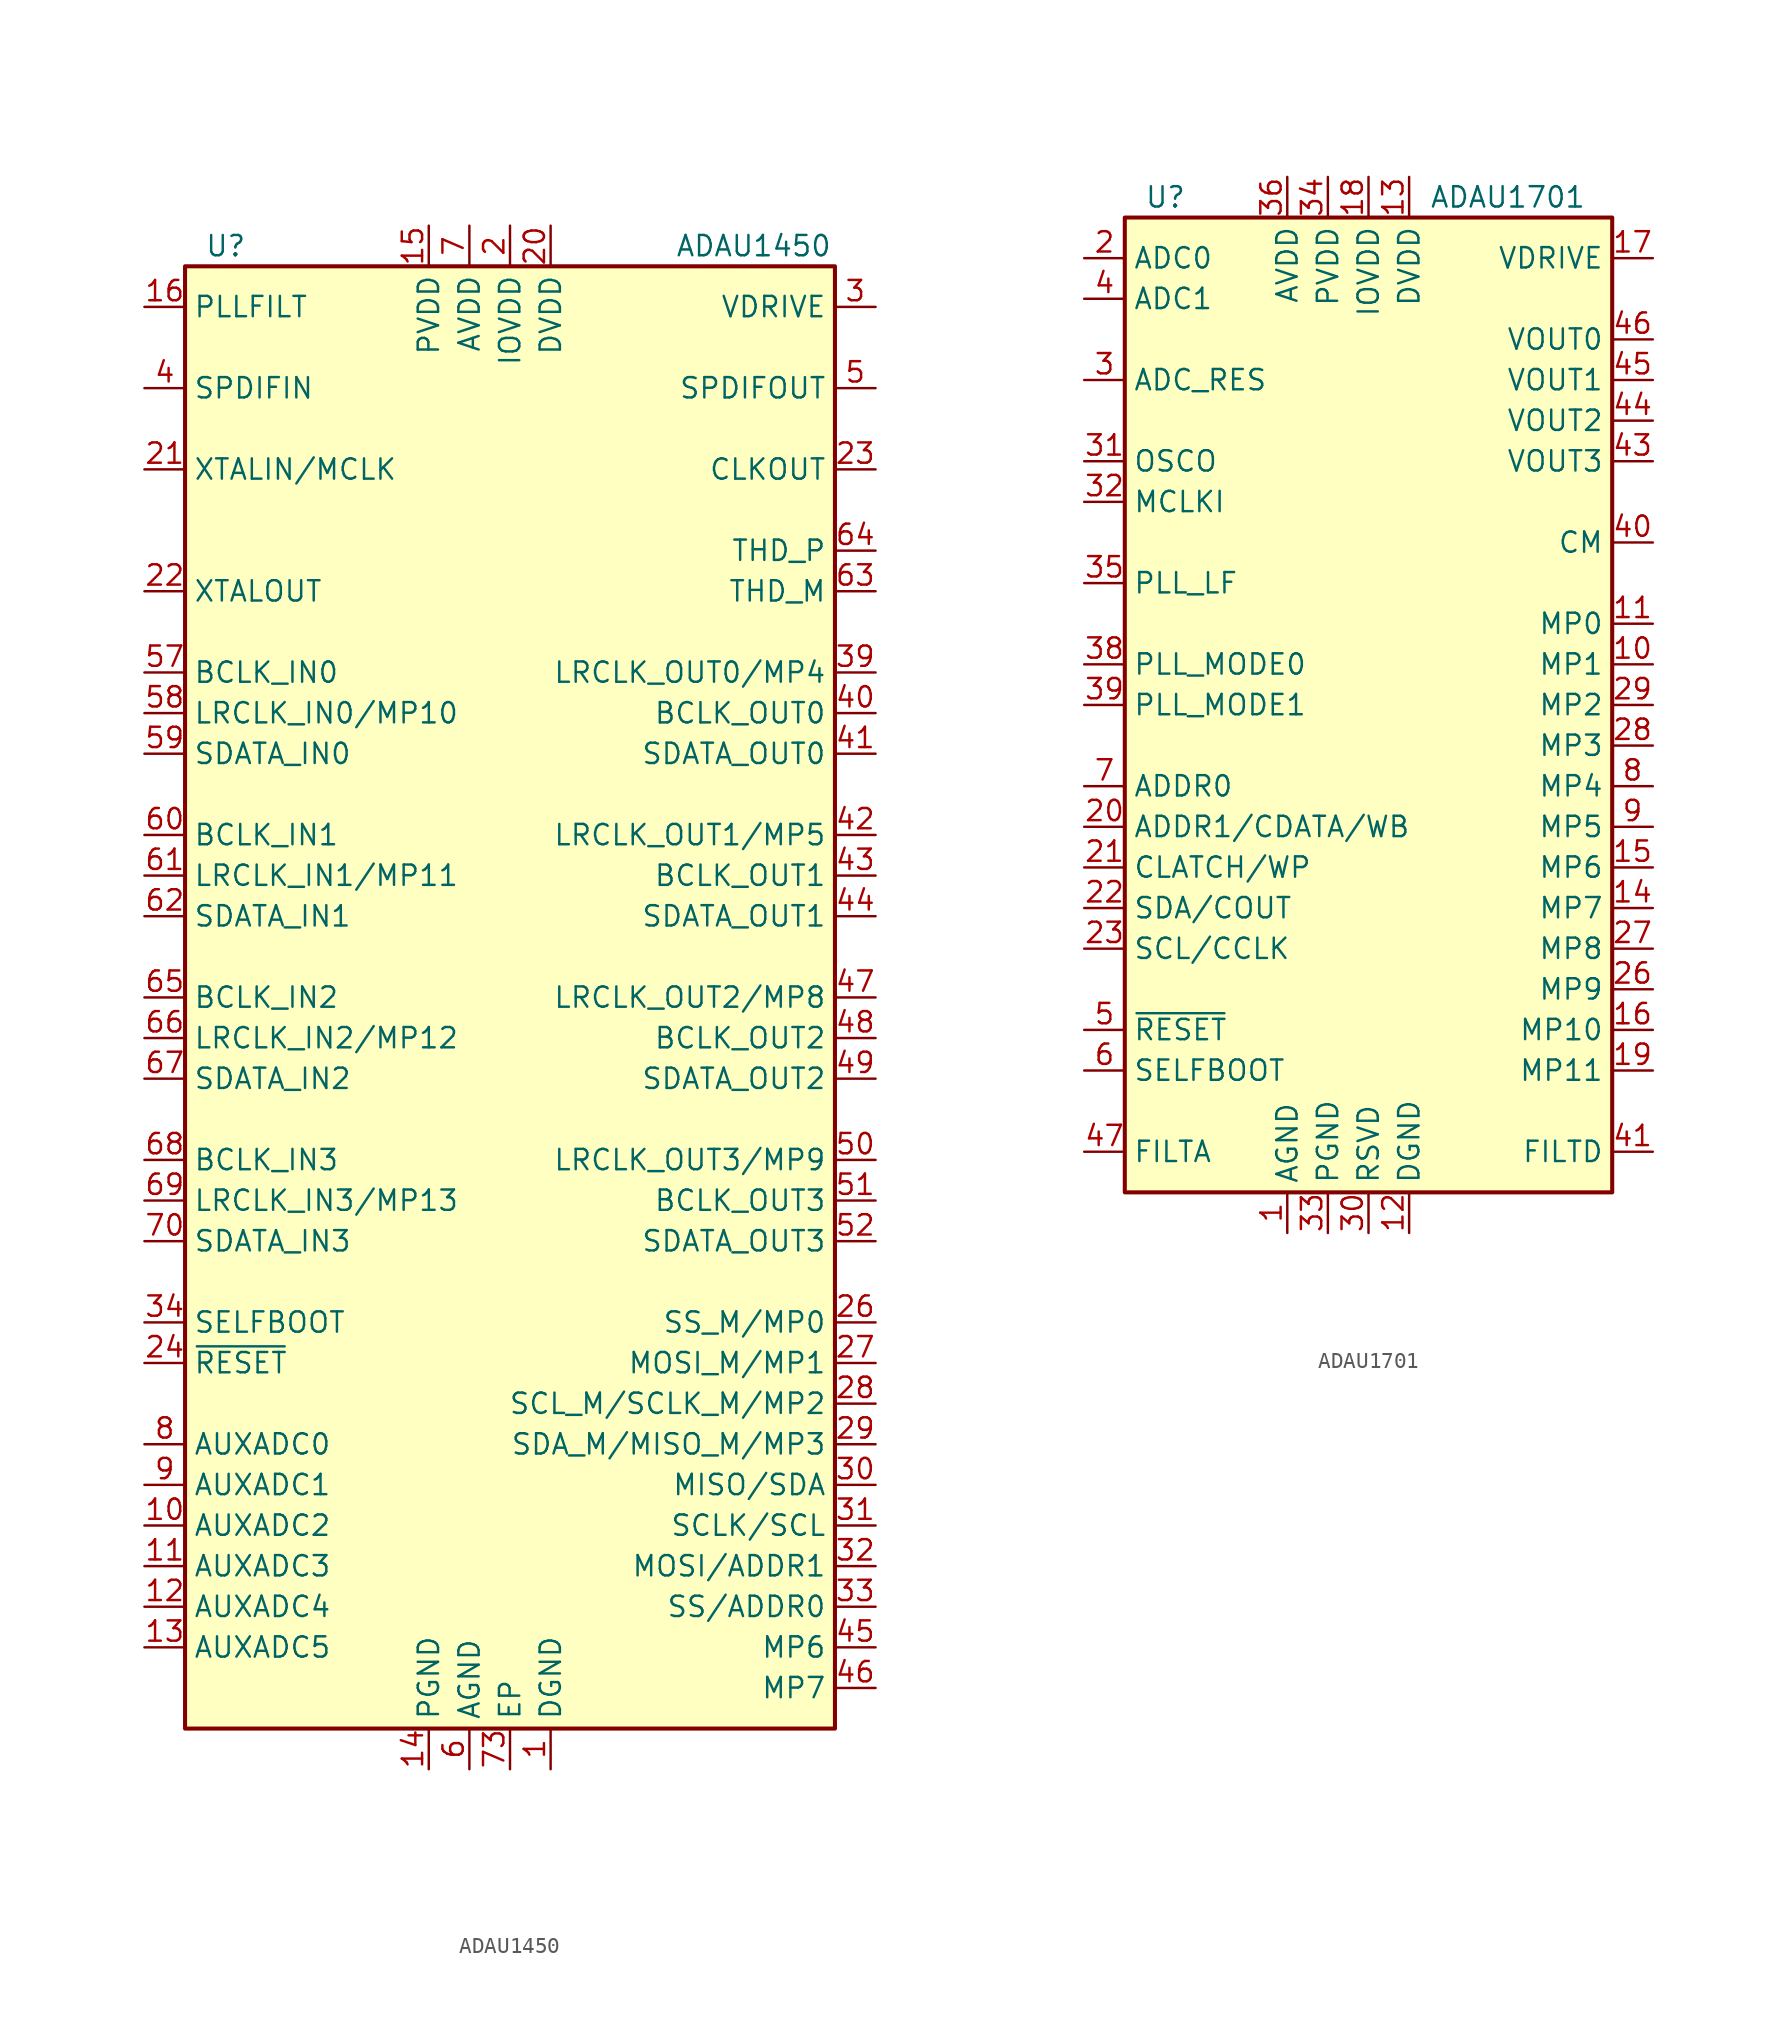
<source format=kicad_sym>
(kicad_symbol_lib
  (version 20201005)
  (generator kicad_symbol_editor)
  (symbol "DSP_AnalogDevices:ADAU1450"
    (property "Reference" "U"
      (at -17.78 46.99 0)
      (effects (font (size 1.27 1.27))))
    (property "Value" "ADAU1450"
      (at 15.24 46.99 0)
      (effects (font (size 1.27 1.27))))
    (symbol "ADAU1450_0_1"
      (rectangle (start -20.32 45.72) (end 20.32 -45.72) (stroke (width 0.254)) (fill (type background))))
    (symbol "ADAU1450_1_1"
      (pin power_in line (at 2.54 -48.26 90) (length 2.54) (name "DGND" (effects (font (size 1.27 1.27)))) (number "1" (effects (font (size 1.27 1.27)))))
      (pin input line (at -22.86 -33.02 0) (length 2.54) (name "AUXADC2" (effects (font (size 1.27 1.27)))) (number "10" (effects (font (size 1.27 1.27)))))
      (pin input line (at -22.86 -35.56 0) (length 2.54) (name "AUXADC3" (effects (font (size 1.27 1.27)))) (number "11" (effects (font (size 1.27 1.27)))))
      (pin input line (at -22.86 -38.1 0) (length 2.54) (name "AUXADC4" (effects (font (size 1.27 1.27)))) (number "12" (effects (font (size 1.27 1.27)))))
      (pin input line (at -22.86 -40.64 0) (length 2.54) (name "AUXADC5" (effects (font (size 1.27 1.27)))) (number "13" (effects (font (size 1.27 1.27)))))
      (pin power_in line (at -5.08 -48.26 90) (length 2.54) (name "PGND" (effects (font (size 1.27 1.27)))) (number "14" (effects (font (size 1.27 1.27)))))
      (pin power_in line (at -5.08 48.26 270) (length 2.54) (name "PVDD" (effects (font (size 1.27 1.27)))) (number "15" (effects (font (size 1.27 1.27)))))
      (pin passive line (at -22.86 43.18 0) (length 2.54) (name "PLLFILT" (effects (font (size 1.27 1.27)))) (number "16" (effects (font (size 1.27 1.27)))))
      (pin passive line (at 2.54 -48.26 90) (length 2.54) hide (name "DGND" (effects (font (size 1.27 1.27)))) (number "17" (effects (font (size 1.27 1.27)))))
      (pin passive line (at 0 48.26 270) (length 2.54) hide (name "IOVDD" (effects (font (size 1.27 1.27)))) (number "18" (effects (font (size 1.27 1.27)))))
      (pin passive line (at 2.54 -48.26 90) (length 2.54) hide (name "DGND" (effects (font (size 1.27 1.27)))) (number "19" (effects (font (size 1.27 1.27)))))
      (pin power_in line (at 0 48.26 270) (length 2.54) (name "IOVDD" (effects (font (size 1.27 1.27)))) (number "2" (effects (font (size 1.27 1.27)))))
      (pin power_in line (at 2.54 48.26 270) (length 2.54) (name "DVDD" (effects (font (size 1.27 1.27)))) (number "20" (effects (font (size 1.27 1.27)))))
      (pin input line (at -22.86 33.02 0) (length 2.54) (name "XTALIN/MCLK" (effects (font (size 1.27 1.27)))) (number "21" (effects (font (size 1.27 1.27)))))
      (pin output line (at -22.86 25.4 0) (length 2.54) (name "XTALOUT" (effects (font (size 1.27 1.27)))) (number "22" (effects (font (size 1.27 1.27)))))
      (pin output line (at 22.86 33.02 180) (length 2.54) (name "CLKOUT" (effects (font (size 1.27 1.27)))) (number "23" (effects (font (size 1.27 1.27)))))
      (pin input line (at -22.86 -22.86 0) (length 2.54) (name "~RESET" (effects (font (size 1.27 1.27)))) (number "24" (effects (font (size 1.27 1.27)))))
      (pin passive line (at 2.54 -48.26 90) (length 2.54) hide (name "DGND" (effects (font (size 1.27 1.27)))) (number "25" (effects (font (size 1.27 1.27)))))
      (pin bidirectional line (at 22.86 -20.32 180) (length 2.54) (name "SS_M/MP0" (effects (font (size 1.27 1.27)))) (number "26" (effects (font (size 1.27 1.27)))))
      (pin bidirectional line (at 22.86 -22.86 180) (length 2.54) (name "MOSI_M/MP1" (effects (font (size 1.27 1.27)))) (number "27" (effects (font (size 1.27 1.27)))))
      (pin bidirectional line (at 22.86 -25.4 180) (length 2.54) (name "SCL_M/SCLK_M/MP2" (effects (font (size 1.27 1.27)))) (number "28" (effects (font (size 1.27 1.27)))))
      (pin bidirectional line (at 22.86 -27.94 180) (length 2.54) (name "SDA_M/MISO_M/MP3" (effects (font (size 1.27 1.27)))) (number "29" (effects (font (size 1.27 1.27)))))
      (pin output line (at 22.86 43.18 180) (length 2.54) (name "VDRIVE" (effects (font (size 1.27 1.27)))) (number "3" (effects (font (size 1.27 1.27)))))
      (pin bidirectional line (at 22.86 -30.48 180) (length 2.54) (name "MISO/SDA" (effects (font (size 1.27 1.27)))) (number "30" (effects (font (size 1.27 1.27)))))
      (pin input line (at 22.86 -33.02 180) (length 2.54) (name "SCLK/SCL" (effects (font (size 1.27 1.27)))) (number "31" (effects (font (size 1.27 1.27)))))
      (pin input line (at 22.86 -35.56 180) (length 2.54) (name "MOSI/ADDR1" (effects (font (size 1.27 1.27)))) (number "32" (effects (font (size 1.27 1.27)))))
      (pin input line (at 22.86 -38.1 180) (length 2.54) (name "SS/ADDR0" (effects (font (size 1.27 1.27)))) (number "33" (effects (font (size 1.27 1.27)))))
      (pin input line (at -22.86 -20.32 0) (length 2.54) (name "SELFBOOT" (effects (font (size 1.27 1.27)))) (number "34" (effects (font (size 1.27 1.27)))))
      (pin passive line (at 2.54 48.26 270) (length 2.54) hide (name "DVDD" (effects (font (size 1.27 1.27)))) (number "35" (effects (font (size 1.27 1.27)))))
      (pin passive line (at 2.54 -48.26 90) (length 2.54) hide (name "DGND" (effects (font (size 1.27 1.27)))) (number "36" (effects (font (size 1.27 1.27)))))
      (pin passive line (at 2.54 -48.26 90) (length 2.54) hide (name "DGND" (effects (font (size 1.27 1.27)))) (number "37" (effects (font (size 1.27 1.27)))))
      (pin passive line (at 0 48.26 270) (length 2.54) hide (name "IOVDD" (effects (font (size 1.27 1.27)))) (number "38" (effects (font (size 1.27 1.27)))))
      (pin bidirectional line (at 22.86 20.32 180) (length 2.54) (name "LRCLK_OUT0/MP4" (effects (font (size 1.27 1.27)))) (number "39" (effects (font (size 1.27 1.27)))))
      (pin input line (at -22.86 38.1 0) (length 2.54) (name "SPDIFIN" (effects (font (size 1.27 1.27)))) (number "4" (effects (font (size 1.27 1.27)))))
      (pin bidirectional line (at 22.86 17.78 180) (length 2.54) (name "BCLK_OUT0" (effects (font (size 1.27 1.27)))) (number "40" (effects (font (size 1.27 1.27)))))
      (pin output line (at 22.86 15.24 180) (length 2.54) (name "SDATA_OUT0" (effects (font (size 1.27 1.27)))) (number "41" (effects (font (size 1.27 1.27)))))
      (pin bidirectional line (at 22.86 10.16 180) (length 2.54) (name "LRCLK_OUT1/MP5" (effects (font (size 1.27 1.27)))) (number "42" (effects (font (size 1.27 1.27)))))
      (pin bidirectional line (at 22.86 7.62 180) (length 2.54) (name "BCLK_OUT1" (effects (font (size 1.27 1.27)))) (number "43" (effects (font (size 1.27 1.27)))))
      (pin output line (at 22.86 5.08 180) (length 2.54) (name "SDATA_OUT1" (effects (font (size 1.27 1.27)))) (number "44" (effects (font (size 1.27 1.27)))))
      (pin bidirectional line (at 22.86 -40.64 180) (length 2.54) (name "MP6" (effects (font (size 1.27 1.27)))) (number "45" (effects (font (size 1.27 1.27)))))
      (pin bidirectional line (at 22.86 -43.18 180) (length 2.54) (name "MP7" (effects (font (size 1.27 1.27)))) (number "46" (effects (font (size 1.27 1.27)))))
      (pin bidirectional line (at 22.86 0 180) (length 2.54) (name "LRCLK_OUT2/MP8" (effects (font (size 1.27 1.27)))) (number "47" (effects (font (size 1.27 1.27)))))
      (pin bidirectional line (at 22.86 -2.54 180) (length 2.54) (name "BCLK_OUT2" (effects (font (size 1.27 1.27)))) (number "48" (effects (font (size 1.27 1.27)))))
      (pin output line (at 22.86 -5.08 180) (length 2.54) (name "SDATA_OUT2" (effects (font (size 1.27 1.27)))) (number "49" (effects (font (size 1.27 1.27)))))
      (pin output line (at 22.86 38.1 180) (length 2.54) (name "SPDIFOUT" (effects (font (size 1.27 1.27)))) (number "5" (effects (font (size 1.27 1.27)))))
      (pin bidirectional line (at 22.86 -10.16 180) (length 2.54) (name "LRCLK_OUT3/MP9" (effects (font (size 1.27 1.27)))) (number "50" (effects (font (size 1.27 1.27)))))
      (pin bidirectional line (at 22.86 -12.7 180) (length 2.54) (name "BCLK_OUT3" (effects (font (size 1.27 1.27)))) (number "51" (effects (font (size 1.27 1.27)))))
      (pin output line (at 22.86 -15.24 180) (length 2.54) (name "SDATA_OUT3" (effects (font (size 1.27 1.27)))) (number "52" (effects (font (size 1.27 1.27)))))
      (pin passive line (at 2.54 48.26 270) (length 2.54) hide (name "DVDD" (effects (font (size 1.27 1.27)))) (number "53" (effects (font (size 1.27 1.27)))))
      (pin passive line (at 2.54 -48.26 90) (length 2.54) hide (name "DGND" (effects (font (size 1.27 1.27)))) (number "54" (effects (font (size 1.27 1.27)))))
      (pin passive line (at 2.54 -48.26 90) (length 2.54) hide (name "DGND" (effects (font (size 1.27 1.27)))) (number "55" (effects (font (size 1.27 1.27)))))
      (pin passive line (at 0 48.26 270) (length 2.54) hide (name "IOVDD" (effects (font (size 1.27 1.27)))) (number "56" (effects (font (size 1.27 1.27)))))
      (pin bidirectional line (at -22.86 20.32 0) (length 2.54) (name "BCLK_IN0" (effects (font (size 1.27 1.27)))) (number "57" (effects (font (size 1.27 1.27)))))
      (pin bidirectional line (at -22.86 17.78 0) (length 2.54) (name "LRCLK_IN0/MP10" (effects (font (size 1.27 1.27)))) (number "58" (effects (font (size 1.27 1.27)))))
      (pin input line (at -22.86 15.24 0) (length 2.54) (name "SDATA_IN0" (effects (font (size 1.27 1.27)))) (number "59" (effects (font (size 1.27 1.27)))))
      (pin power_in line (at -2.54 -48.26 90) (length 2.54) (name "AGND" (effects (font (size 1.27 1.27)))) (number "6" (effects (font (size 1.27 1.27)))))
      (pin bidirectional line (at -22.86 10.16 0) (length 2.54) (name "BCLK_IN1" (effects (font (size 1.27 1.27)))) (number "60" (effects (font (size 1.27 1.27)))))
      (pin bidirectional line (at -22.86 7.62 0) (length 2.54) (name "LRCLK_IN1/MP11" (effects (font (size 1.27 1.27)))) (number "61" (effects (font (size 1.27 1.27)))))
      (pin input line (at -22.86 5.08 0) (length 2.54) (name "SDATA_IN1" (effects (font (size 1.27 1.27)))) (number "62" (effects (font (size 1.27 1.27)))))
      (pin passive line (at 22.86 25.4 180) (length 2.54) (name "THD_M" (effects (font (size 1.27 1.27)))) (number "63" (effects (font (size 1.27 1.27)))))
      (pin passive line (at 22.86 27.94 180) (length 2.54) (name "THD_P" (effects (font (size 1.27 1.27)))) (number "64" (effects (font (size 1.27 1.27)))))
      (pin bidirectional line (at -22.86 0 0) (length 2.54) (name "BCLK_IN2" (effects (font (size 1.27 1.27)))) (number "65" (effects (font (size 1.27 1.27)))))
      (pin bidirectional line (at -22.86 -2.54 0) (length 2.54) (name "LRCLK_IN2/MP12" (effects (font (size 1.27 1.27)))) (number "66" (effects (font (size 1.27 1.27)))))
      (pin input line (at -22.86 -5.08 0) (length 2.54) (name "SDATA_IN2" (effects (font (size 1.27 1.27)))) (number "67" (effects (font (size 1.27 1.27)))))
      (pin bidirectional line (at -22.86 -10.16 0) (length 2.54) (name "BCLK_IN3" (effects (font (size 1.27 1.27)))) (number "68" (effects (font (size 1.27 1.27)))))
      (pin bidirectional line (at -22.86 -12.7 0) (length 2.54) (name "LRCLK_IN3/MP13" (effects (font (size 1.27 1.27)))) (number "69" (effects (font (size 1.27 1.27)))))
      (pin power_in line (at -2.54 48.26 270) (length 2.54) (name "AVDD" (effects (font (size 1.27 1.27)))) (number "7" (effects (font (size 1.27 1.27)))))
      (pin input line (at -22.86 -15.24 0) (length 2.54) (name "SDATA_IN3" (effects (font (size 1.27 1.27)))) (number "70" (effects (font (size 1.27 1.27)))))
      (pin passive line (at 2.54 48.26 270) (length 2.54) hide (name "DVDD" (effects (font (size 1.27 1.27)))) (number "71" (effects (font (size 1.27 1.27)))))
      (pin passive line (at 2.54 -48.26 90) (length 2.54) hide (name "DGND" (effects (font (size 1.27 1.27)))) (number "72" (effects (font (size 1.27 1.27)))))
      (pin power_in line (at 0 -48.26 90) (length 2.54) (name "EP" (effects (font (size 1.27 1.27)))) (number "73" (effects (font (size 1.27 1.27)))))
      (pin input line (at -22.86 -27.94 0) (length 2.54) (name "AUXADC0" (effects (font (size 1.27 1.27)))) (number "8" (effects (font (size 1.27 1.27)))))
      (pin input line (at -22.86 -30.48 0) (length 2.54) (name "AUXADC1" (effects (font (size 1.27 1.27)))) (number "9" (effects (font (size 1.27 1.27)))))))
  (symbol "DSP_AnalogDevices:ADAU1701"
    (property "Reference" "U"
      (at -12.7 31.75 0)
      (effects (font (size 1.27 1.27))))
    (property "Value" "ADAU1701"
      (at 3.81 31.75 0)
      (effects (font (size 1.27 1.27)) (justify left)))
    (symbol "ADAU1701_0_1"
      (rectangle (start -15.24 30.48) (end 15.24 -30.48) (stroke (width 0.254)) (fill (type background))))
    (symbol "ADAU1701_1_1"
      (pin power_in line (at -5.08 -33.02 90) (length 2.54) (name "AGND" (effects (font (size 1.27 1.27)))) (number "1" (effects (font (size 1.27 1.27)))))
      (pin bidirectional line (at 17.78 2.54 180) (length 2.54) (name "MP1" (effects (font (size 1.27 1.27)))) (number "10" (effects (font (size 1.27 1.27)))))
      (pin bidirectional line (at 17.78 5.08 180) (length 2.54) (name "MP0" (effects (font (size 1.27 1.27)))) (number "11" (effects (font (size 1.27 1.27)))))
      (pin power_in line (at 2.54 -33.02 90) (length 2.54) (name "DGND" (effects (font (size 1.27 1.27)))) (number "12" (effects (font (size 1.27 1.27)))))
      (pin power_in line (at 2.54 33.02 270) (length 2.54) (name "DVDD" (effects (font (size 1.27 1.27)))) (number "13" (effects (font (size 1.27 1.27)))))
      (pin bidirectional line (at 17.78 -12.7 180) (length 2.54) (name "MP7" (effects (font (size 1.27 1.27)))) (number "14" (effects (font (size 1.27 1.27)))))
      (pin bidirectional line (at 17.78 -10.16 180) (length 2.54) (name "MP6" (effects (font (size 1.27 1.27)))) (number "15" (effects (font (size 1.27 1.27)))))
      (pin bidirectional line (at 17.78 -20.32 180) (length 2.54) (name "MP10" (effects (font (size 1.27 1.27)))) (number "16" (effects (font (size 1.27 1.27)))))
      (pin output line (at 17.78 27.94 180) (length 2.54) (name "VDRIVE" (effects (font (size 1.27 1.27)))) (number "17" (effects (font (size 1.27 1.27)))))
      (pin power_in line (at 0 33.02 270) (length 2.54) (name "IOVDD" (effects (font (size 1.27 1.27)))) (number "18" (effects (font (size 1.27 1.27)))))
      (pin bidirectional line (at 17.78 -22.86 180) (length 2.54) (name "MP11" (effects (font (size 1.27 1.27)))) (number "19" (effects (font (size 1.27 1.27)))))
      (pin input line (at -17.78 27.94 0) (length 2.54) (name "ADC0" (effects (font (size 1.27 1.27)))) (number "2" (effects (font (size 1.27 1.27)))))
      (pin input line (at -17.78 -7.62 0) (length 2.54) (name "ADDR1/CDATA/WB" (effects (font (size 1.27 1.27)))) (number "20" (effects (font (size 1.27 1.27)))))
      (pin bidirectional line (at -17.78 -10.16 0) (length 2.54) (name "CLATCH/WP" (effects (font (size 1.27 1.27)))) (number "21" (effects (font (size 1.27 1.27)))))
      (pin bidirectional line (at -17.78 -12.7 0) (length 2.54) (name "SDA/COUT" (effects (font (size 1.27 1.27)))) (number "22" (effects (font (size 1.27 1.27)))))
      (pin bidirectional line (at -17.78 -15.24 0) (length 2.54) (name "SCL/CCLK" (effects (font (size 1.27 1.27)))) (number "23" (effects (font (size 1.27 1.27)))))
      (pin passive line (at 2.54 33.02 270) (length 2.54) hide (name "DVDD" (effects (font (size 1.27 1.27)))) (number "24" (effects (font (size 1.27 1.27)))))
      (pin passive line (at 2.54 -33.02 90) (length 2.54) hide (name "DGND" (effects (font (size 1.27 1.27)))) (number "25" (effects (font (size 1.27 1.27)))))
      (pin bidirectional line (at 17.78 -17.78 180) (length 2.54) (name "MP9" (effects (font (size 1.27 1.27)))) (number "26" (effects (font (size 1.27 1.27)))))
      (pin bidirectional line (at 17.78 -15.24 180) (length 2.54) (name "MP8" (effects (font (size 1.27 1.27)))) (number "27" (effects (font (size 1.27 1.27)))))
      (pin bidirectional line (at 17.78 -2.54 180) (length 2.54) (name "MP3" (effects (font (size 1.27 1.27)))) (number "28" (effects (font (size 1.27 1.27)))))
      (pin bidirectional line (at 17.78 0 180) (length 2.54) (name "MP2" (effects (font (size 1.27 1.27)))) (number "29" (effects (font (size 1.27 1.27)))))
      (pin passive line (at -17.78 20.32 0) (length 2.54) (name "ADC_RES" (effects (font (size 1.27 1.27)))) (number "3" (effects (font (size 1.27 1.27)))))
      (pin passive line (at 0 -33.02 90) (length 2.54) (name "RSVD" (effects (font (size 1.27 1.27)))) (number "30" (effects (font (size 1.27 1.27)))))
      (pin passive line (at -17.78 15.24 0) (length 2.54) (name "OSCO" (effects (font (size 1.27 1.27)))) (number "31" (effects (font (size 1.27 1.27)))))
      (pin passive line (at -17.78 12.7 0) (length 2.54) (name "MCLKI" (effects (font (size 1.27 1.27)))) (number "32" (effects (font (size 1.27 1.27)))))
      (pin power_in line (at -2.54 -33.02 90) (length 2.54) (name "PGND" (effects (font (size 1.27 1.27)))) (number "33" (effects (font (size 1.27 1.27)))))
      (pin power_in line (at -2.54 33.02 270) (length 2.54) (name "PVDD" (effects (font (size 1.27 1.27)))) (number "34" (effects (font (size 1.27 1.27)))))
      (pin passive line (at -17.78 7.62 0) (length 2.54) (name "PLL_LF" (effects (font (size 1.27 1.27)))) (number "35" (effects (font (size 1.27 1.27)))))
      (pin power_in line (at -5.08 33.02 270) (length 2.54) (name "AVDD" (effects (font (size 1.27 1.27)))) (number "36" (effects (font (size 1.27 1.27)))))
      (pin passive line (at -5.08 -33.02 90) (length 2.54) hide (name "AGND" (effects (font (size 1.27 1.27)))) (number "37" (effects (font (size 1.27 1.27)))))
      (pin input line (at -17.78 2.54 0) (length 2.54) (name "PLL_MODE0" (effects (font (size 1.27 1.27)))) (number "38" (effects (font (size 1.27 1.27)))))
      (pin input line (at -17.78 0 0) (length 2.54) (name "PLL_MODE1" (effects (font (size 1.27 1.27)))) (number "39" (effects (font (size 1.27 1.27)))))
      (pin input line (at -17.78 25.4 0) (length 2.54) (name "ADC1" (effects (font (size 1.27 1.27)))) (number "4" (effects (font (size 1.27 1.27)))))
      (pin output line (at 17.78 10.16 180) (length 2.54) (name "CM" (effects (font (size 1.27 1.27)))) (number "40" (effects (font (size 1.27 1.27)))))
      (pin output line (at 17.78 -27.94 180) (length 2.54) (name "FILTD" (effects (font (size 1.27 1.27)))) (number "41" (effects (font (size 1.27 1.27)))))
      (pin passive line (at -5.08 -33.02 90) (length 2.54) hide (name "AGND" (effects (font (size 1.27 1.27)))) (number "42" (effects (font (size 1.27 1.27)))))
      (pin output line (at 17.78 15.24 180) (length 2.54) (name "VOUT3" (effects (font (size 1.27 1.27)))) (number "43" (effects (font (size 1.27 1.27)))))
      (pin output line (at 17.78 17.78 180) (length 2.54) (name "VOUT2" (effects (font (size 1.27 1.27)))) (number "44" (effects (font (size 1.27 1.27)))))
      (pin output line (at 17.78 20.32 180) (length 2.54) (name "VOUT1" (effects (font (size 1.27 1.27)))) (number "45" (effects (font (size 1.27 1.27)))))
      (pin output line (at 17.78 22.86 180) (length 2.54) (name "VOUT0" (effects (font (size 1.27 1.27)))) (number "46" (effects (font (size 1.27 1.27)))))
      (pin output line (at -17.78 -27.94 0) (length 2.54) (name "FILTA" (effects (font (size 1.27 1.27)))) (number "47" (effects (font (size 1.27 1.27)))))
      (pin passive line (at -5.08 33.02 270) (length 2.54) hide (name "AVDD" (effects (font (size 1.27 1.27)))) (number "48" (effects (font (size 1.27 1.27)))))
      (pin input line (at -17.78 -20.32 0) (length 2.54) (name "~RESET" (effects (font (size 1.27 1.27)))) (number "5" (effects (font (size 1.27 1.27)))))
      (pin input line (at -17.78 -22.86 0) (length 2.54) (name "SELFBOOT" (effects (font (size 1.27 1.27)))) (number "6" (effects (font (size 1.27 1.27)))))
      (pin input line (at -17.78 -5.08 0) (length 2.54) (name "ADDR0" (effects (font (size 1.27 1.27)))) (number "7" (effects (font (size 1.27 1.27)))))
      (pin bidirectional line (at 17.78 -5.08 180) (length 2.54) (name "MP4" (effects (font (size 1.27 1.27)))) (number "8" (effects (font (size 1.27 1.27)))))
      (pin bidirectional line (at 17.78 -7.62 180) (length 2.54) (name "MP5" (effects (font (size 1.27 1.27)))) (number "9" (effects (font (size 1.27 1.27))))))))
</source>
